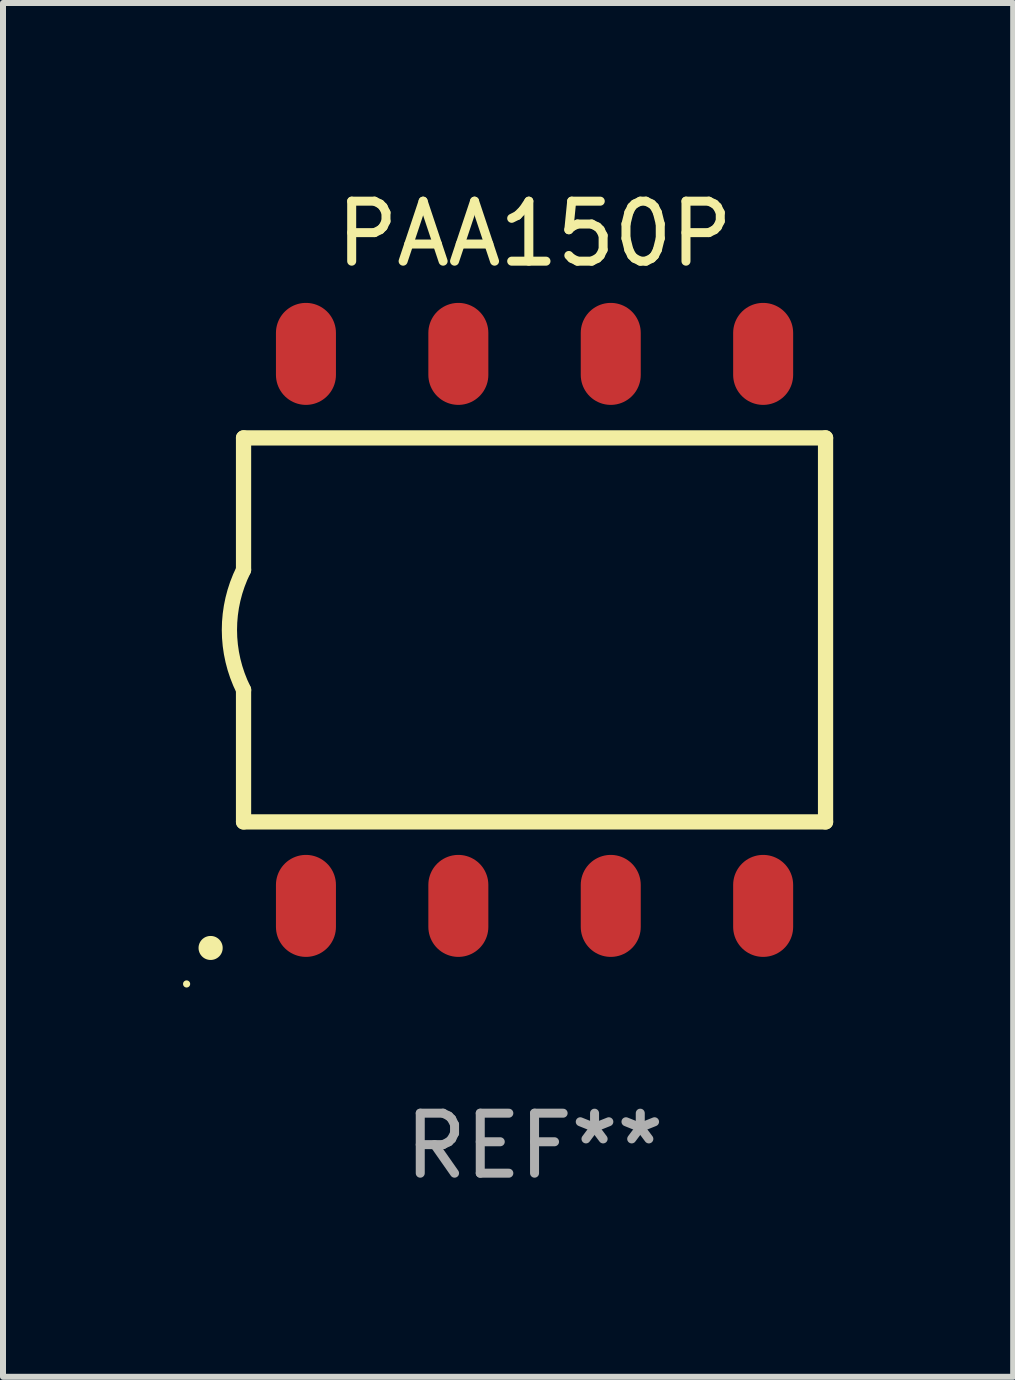
<source format=kicad_pcb>
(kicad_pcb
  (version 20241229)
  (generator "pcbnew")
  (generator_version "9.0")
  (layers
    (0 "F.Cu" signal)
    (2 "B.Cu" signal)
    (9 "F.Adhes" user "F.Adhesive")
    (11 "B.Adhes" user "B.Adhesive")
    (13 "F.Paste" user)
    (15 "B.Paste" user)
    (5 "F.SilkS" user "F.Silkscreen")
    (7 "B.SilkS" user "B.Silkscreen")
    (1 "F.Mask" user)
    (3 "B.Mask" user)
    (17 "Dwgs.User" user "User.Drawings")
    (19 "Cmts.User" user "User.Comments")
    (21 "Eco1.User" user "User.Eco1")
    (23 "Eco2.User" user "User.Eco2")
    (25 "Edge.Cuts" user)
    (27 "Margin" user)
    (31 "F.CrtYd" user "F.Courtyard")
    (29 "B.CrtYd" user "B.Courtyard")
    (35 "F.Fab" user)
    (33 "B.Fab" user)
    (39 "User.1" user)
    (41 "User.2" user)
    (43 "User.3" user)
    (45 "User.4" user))
  (footprint "PAA150P"
    (layer "F.Cu")
    (at 5.859 7.448)
    (property "Reference" "PAA150P" (at 0 -6.6 0) (layer "F.SilkS") (effects (font (size 1 1) (thickness 0.15))))
    (attr through_hole)
    (fp_line (start -4.85 -3.2) (end -4.85 -1) (stroke (width 0.254) (type solid)) (layer "F.SilkS"))
    (fp_line (start -4.85 -3.2) (end 4.85 -3.2) (stroke (width 0.254) (type solid)) (layer "F.SilkS"))
    (fp_line (start -4.85 3.2) (end -4.85 1) (stroke (width 0.254) (type solid)) (layer "F.SilkS"))
    (fp_line (start 4.85 -3.2) (end 4.85 3.2) (stroke (width 0.254) (type solid)) (layer "F.SilkS"))
    (fp_line (start 4.85 3.2) (end -4.85 3.2) (stroke (width 0.254) (type solid)) (layer "F.SilkS"))
    (fp_arc (start -5.400051 5.300991) (mid -5.398781 5.300987) (end -5.397511 5.300991) (stroke (width 0.4) (type solid)) (layer "F.SilkS"))
    (fp_arc (start -4.84887 1.000762) (mid -5.085418 0.000516) (end -4.850013 -1) (stroke (width 0.254001) (type solid)) (layer "F.SilkS"))
    (fp_circle (center -5.799 5.901) (end -5.769 5.901) (stroke (width 0.06) (type solid)) (fill no) (layer "F.SilkS"))
    (fp_text user "REF**" (at 0 8.6 0) (layer "F.Fab") (effects (font (size 1 1) (thickness 0.15))))
    (pad "1" smd oval (at -3.81 4.6) (size 1 1.7) (layers "F.Cu" "F.Mask" "F.Paste"))
    (pad "2" smd oval (at -1.27 4.6) (size 1 1.7) (layers "F.Cu" "F.Mask" "F.Paste"))
    (pad "3" smd oval (at 1.27 4.6) (size 1 1.7) (layers "F.Cu" "F.Mask" "F.Paste"))
    (pad "4" smd oval (at 3.81 4.6) (size 1 1.7) (layers "F.Cu" "F.Mask" "F.Paste"))
    (pad "5" smd oval (at 3.81 -4.6 180) (size 1 1.7) (layers "F.Cu" "F.Mask" "F.Paste"))
    (pad "6" smd oval (at 1.27 -4.6 180) (size 1 1.7) (layers "F.Cu" "F.Mask" "F.Paste"))
    (pad "7" smd oval (at -1.27 -4.6 180) (size 1 1.7) (layers "F.Cu" "F.Mask" "F.Paste"))
    (pad "8" smd oval (at -3.81 -4.6 180) (size 1 1.7) (layers "F.Cu" "F.Mask" "F.Paste")))
  (gr_rect
    (start -3 -3)
    (end 13.836 19.896)
    (stroke (width 0.1) (type default))
    (fill no)
    (layer "Edge.Cuts")))
</source>
